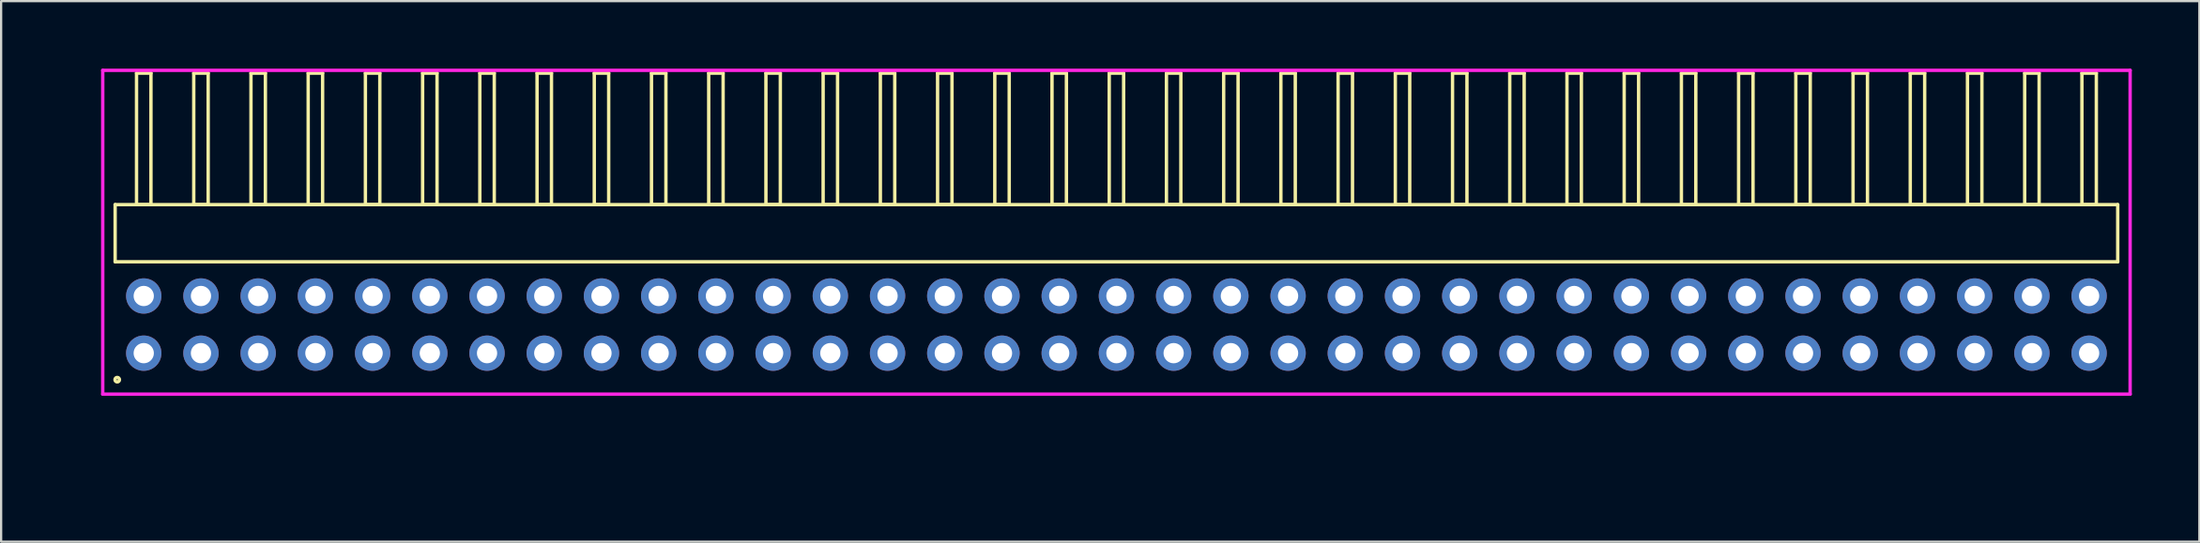
<source format=kicad_pcb>
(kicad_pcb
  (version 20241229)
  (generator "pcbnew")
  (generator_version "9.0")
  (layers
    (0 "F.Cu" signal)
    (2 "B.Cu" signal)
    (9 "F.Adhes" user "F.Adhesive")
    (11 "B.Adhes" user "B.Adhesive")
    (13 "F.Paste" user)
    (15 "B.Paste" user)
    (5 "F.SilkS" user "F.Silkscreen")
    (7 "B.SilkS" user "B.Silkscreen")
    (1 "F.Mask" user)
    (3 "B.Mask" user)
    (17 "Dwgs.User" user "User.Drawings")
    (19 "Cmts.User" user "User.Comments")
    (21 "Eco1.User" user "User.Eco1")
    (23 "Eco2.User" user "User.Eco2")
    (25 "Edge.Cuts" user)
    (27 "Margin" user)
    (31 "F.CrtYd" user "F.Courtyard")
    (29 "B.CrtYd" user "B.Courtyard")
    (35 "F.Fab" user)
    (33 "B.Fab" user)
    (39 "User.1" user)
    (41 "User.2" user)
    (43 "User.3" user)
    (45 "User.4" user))
  (footprint "HDR_RA254P35x2"
    (layer "F.Cu")
    (at 46.511 11.37)
    (property "Reference" "HDR_RA254P35x2" (at -45.75 0 90) (layer "User.1") (effects (font (size 1 1) (thickness 0.1))))
    (attr through_hole)
    (fp_line (start -44.45 -5.33) (end -44.45 -2.79) (stroke (width 0.15) (type solid)) (layer "F.SilkS"))
    (fp_line (start -44.45 -2.79) (end 44.45 -2.79) (stroke (width 0.15) (type solid)) (layer "F.SilkS"))
    (fp_line (start -43.5 -11.17) (end -43.5 -5.33) (stroke (width 0.15) (type solid)) (layer "F.SilkS"))
    (fp_line (start -43.5 -5.33) (end -42.86 -5.33) (stroke (width 0.15) (type solid)) (layer "F.SilkS"))
    (fp_line (start -42.86 -11.17) (end -43.5 -11.17) (stroke (width 0.15) (type solid)) (layer "F.SilkS"))
    (fp_line (start -42.86 -5.33) (end -42.86 -11.17) (stroke (width 0.15) (type solid)) (layer "F.SilkS"))
    (fp_line (start -40.96 -11.17) (end -40.96 -5.33) (stroke (width 0.15) (type solid)) (layer "F.SilkS"))
    (fp_line (start -40.96 -5.33) (end -40.32 -5.33) (stroke (width 0.15) (type solid)) (layer "F.SilkS"))
    (fp_line (start -40.32 -11.17) (end -40.96 -11.17) (stroke (width 0.15) (type solid)) (layer "F.SilkS"))
    (fp_line (start -40.32 -5.33) (end -40.32 -11.17) (stroke (width 0.15) (type solid)) (layer "F.SilkS"))
    (fp_line (start -38.42 -11.17) (end -38.42 -5.33) (stroke (width 0.15) (type solid)) (layer "F.SilkS"))
    (fp_line (start -38.42 -5.33) (end -37.78 -5.33) (stroke (width 0.15) (type solid)) (layer "F.SilkS"))
    (fp_line (start -37.78 -11.17) (end -38.42 -11.17) (stroke (width 0.15) (type solid)) (layer "F.SilkS"))
    (fp_line (start -37.78 -5.33) (end -37.78 -11.17) (stroke (width 0.15) (type solid)) (layer "F.SilkS"))
    (fp_line (start -35.88 -11.17) (end -35.88 -5.33) (stroke (width 0.15) (type solid)) (layer "F.SilkS"))
    (fp_line (start -35.88 -5.33) (end -35.24 -5.33) (stroke (width 0.15) (type solid)) (layer "F.SilkS"))
    (fp_line (start -35.24 -11.17) (end -35.88 -11.17) (stroke (width 0.15) (type solid)) (layer "F.SilkS"))
    (fp_line (start -35.24 -5.33) (end -35.24 -11.17) (stroke (width 0.15) (type solid)) (layer "F.SilkS"))
    (fp_line (start -33.34 -11.17) (end -33.34 -5.33) (stroke (width 0.15) (type solid)) (layer "F.SilkS"))
    (fp_line (start -33.34 -5.33) (end -32.7 -5.33) (stroke (width 0.15) (type solid)) (layer "F.SilkS"))
    (fp_line (start -32.7 -11.17) (end -33.34 -11.17) (stroke (width 0.15) (type solid)) (layer "F.SilkS"))
    (fp_line (start -32.7 -5.33) (end -32.7 -11.17) (stroke (width 0.15) (type solid)) (layer "F.SilkS"))
    (fp_line (start -30.8 -11.17) (end -30.8 -5.33) (stroke (width 0.15) (type solid)) (layer "F.SilkS"))
    (fp_line (start -30.8 -5.33) (end -30.16 -5.33) (stroke (width 0.15) (type solid)) (layer "F.SilkS"))
    (fp_line (start -30.16 -11.17) (end -30.8 -11.17) (stroke (width 0.15) (type solid)) (layer "F.SilkS"))
    (fp_line (start -30.16 -5.33) (end -30.16 -11.17) (stroke (width 0.15) (type solid)) (layer "F.SilkS"))
    (fp_line (start -28.26 -11.17) (end -28.26 -5.33) (stroke (width 0.15) (type solid)) (layer "F.SilkS"))
    (fp_line (start -28.26 -5.33) (end -27.62 -5.33) (stroke (width 0.15) (type solid)) (layer "F.SilkS"))
    (fp_line (start -27.62 -11.17) (end -28.26 -11.17) (stroke (width 0.15) (type solid)) (layer "F.SilkS"))
    (fp_line (start -27.62 -5.33) (end -27.62 -11.17) (stroke (width 0.15) (type solid)) (layer "F.SilkS"))
    (fp_line (start -25.72 -11.17) (end -25.72 -5.33) (stroke (width 0.15) (type solid)) (layer "F.SilkS"))
    (fp_line (start -25.72 -5.33) (end -25.08 -5.33) (stroke (width 0.15) (type solid)) (layer "F.SilkS"))
    (fp_line (start -25.08 -11.17) (end -25.72 -11.17) (stroke (width 0.15) (type solid)) (layer "F.SilkS"))
    (fp_line (start -25.08 -5.33) (end -25.08 -11.17) (stroke (width 0.15) (type solid)) (layer "F.SilkS"))
    (fp_line (start -23.18 -11.17) (end -23.18 -5.33) (stroke (width 0.15) (type solid)) (layer "F.SilkS"))
    (fp_line (start -23.18 -5.33) (end -22.54 -5.33) (stroke (width 0.15) (type solid)) (layer "F.SilkS"))
    (fp_line (start -22.54 -11.17) (end -23.18 -11.17) (stroke (width 0.15) (type solid)) (layer "F.SilkS"))
    (fp_line (start -22.54 -5.33) (end -22.54 -11.17) (stroke (width 0.15) (type solid)) (layer "F.SilkS"))
    (fp_line (start -20.64 -11.17) (end -20.64 -5.33) (stroke (width 0.15) (type solid)) (layer "F.SilkS"))
    (fp_line (start -20.64 -5.33) (end -20 -5.33) (stroke (width 0.15) (type solid)) (layer "F.SilkS"))
    (fp_line (start -20 -11.17) (end -20.64 -11.17) (stroke (width 0.15) (type solid)) (layer "F.SilkS"))
    (fp_line (start -20 -5.33) (end -20 -11.17) (stroke (width 0.15) (type solid)) (layer "F.SilkS"))
    (fp_line (start -18.1 -11.17) (end -18.1 -5.33) (stroke (width 0.15) (type solid)) (layer "F.SilkS"))
    (fp_line (start -18.1 -5.33) (end -17.46 -5.33) (stroke (width 0.15) (type solid)) (layer "F.SilkS"))
    (fp_line (start -17.46 -11.17) (end -18.1 -11.17) (stroke (width 0.15) (type solid)) (layer "F.SilkS"))
    (fp_line (start -17.46 -5.33) (end -17.46 -11.17) (stroke (width 0.15) (type solid)) (layer "F.SilkS"))
    (fp_line (start -15.56 -11.17) (end -15.56 -5.33) (stroke (width 0.15) (type solid)) (layer "F.SilkS"))
    (fp_line (start -15.56 -5.33) (end -14.92 -5.33) (stroke (width 0.15) (type solid)) (layer "F.SilkS"))
    (fp_line (start -14.92 -11.17) (end -15.56 -11.17) (stroke (width 0.15) (type solid)) (layer "F.SilkS"))
    (fp_line (start -14.92 -5.33) (end -14.92 -11.17) (stroke (width 0.15) (type solid)) (layer "F.SilkS"))
    (fp_line (start -13.02 -11.17) (end -13.02 -5.33) (stroke (width 0.15) (type solid)) (layer "F.SilkS"))
    (fp_line (start -13.02 -5.33) (end -12.38 -5.33) (stroke (width 0.15) (type solid)) (layer "F.SilkS"))
    (fp_line (start -12.38 -11.17) (end -13.02 -11.17) (stroke (width 0.15) (type solid)) (layer "F.SilkS"))
    (fp_line (start -12.38 -5.33) (end -12.38 -11.17) (stroke (width 0.15) (type solid)) (layer "F.SilkS"))
    (fp_line (start -10.48 -11.17) (end -10.48 -5.33) (stroke (width 0.15) (type solid)) (layer "F.SilkS"))
    (fp_line (start -10.48 -5.33) (end -9.84 -5.33) (stroke (width 0.15) (type solid)) (layer "F.SilkS"))
    (fp_line (start -9.84 -11.17) (end -10.48 -11.17) (stroke (width 0.15) (type solid)) (layer "F.SilkS"))
    (fp_line (start -9.84 -5.33) (end -9.84 -11.17) (stroke (width 0.15) (type solid)) (layer "F.SilkS"))
    (fp_line (start -7.94 -11.17) (end -7.94 -5.33) (stroke (width 0.15) (type solid)) (layer "F.SilkS"))
    (fp_line (start -7.94 -5.33) (end -7.3 -5.33) (stroke (width 0.15) (type solid)) (layer "F.SilkS"))
    (fp_line (start -7.3 -11.17) (end -7.94 -11.17) (stroke (width 0.15) (type solid)) (layer "F.SilkS"))
    (fp_line (start -7.3 -5.33) (end -7.3 -11.17) (stroke (width 0.15) (type solid)) (layer "F.SilkS"))
    (fp_line (start -5.4 -11.17) (end -5.4 -5.33) (stroke (width 0.15) (type solid)) (layer "F.SilkS"))
    (fp_line (start -5.4 -5.33) (end -4.76 -5.33) (stroke (width 0.15) (type solid)) (layer "F.SilkS"))
    (fp_line (start -4.76 -11.17) (end -5.4 -11.17) (stroke (width 0.15) (type solid)) (layer "F.SilkS"))
    (fp_line (start -4.76 -5.33) (end -4.76 -11.17) (stroke (width 0.15) (type solid)) (layer "F.SilkS"))
    (fp_line (start -2.86 -11.17) (end -2.86 -5.33) (stroke (width 0.15) (type solid)) (layer "F.SilkS"))
    (fp_line (start -2.86 -5.33) (end -2.22 -5.33) (stroke (width 0.15) (type solid)) (layer "F.SilkS"))
    (fp_line (start -2.22 -11.17) (end -2.86 -11.17) (stroke (width 0.15) (type solid)) (layer "F.SilkS"))
    (fp_line (start -2.22 -5.33) (end -2.22 -11.17) (stroke (width 0.15) (type solid)) (layer "F.SilkS"))
    (fp_line (start -0.32 -11.17) (end -0.32 -5.33) (stroke (width 0.15) (type solid)) (layer "F.SilkS"))
    (fp_line (start -0.32 -5.33) (end 0.32 -5.33) (stroke (width 0.15) (type solid)) (layer "F.SilkS"))
    (fp_line (start 0.32 -11.17) (end -0.32 -11.17) (stroke (width 0.15) (type solid)) (layer "F.SilkS"))
    (fp_line (start 0.32 -5.33) (end 0.32 -11.17) (stroke (width 0.15) (type solid)) (layer "F.SilkS"))
    (fp_line (start 2.22 -11.17) (end 2.22 -5.33) (stroke (width 0.15) (type solid)) (layer "F.SilkS"))
    (fp_line (start 2.22 -5.33) (end 2.86 -5.33) (stroke (width 0.15) (type solid)) (layer "F.SilkS"))
    (fp_line (start 2.86 -11.17) (end 2.22 -11.17) (stroke (width 0.15) (type solid)) (layer "F.SilkS"))
    (fp_line (start 2.86 -5.33) (end 2.86 -11.17) (stroke (width 0.15) (type solid)) (layer "F.SilkS"))
    (fp_line (start 4.76 -11.17) (end 4.76 -5.33) (stroke (width 0.15) (type solid)) (layer "F.SilkS"))
    (fp_line (start 4.76 -5.33) (end 5.4 -5.33) (stroke (width 0.15) (type solid)) (layer "F.SilkS"))
    (fp_line (start 5.4 -11.17) (end 4.76 -11.17) (stroke (width 0.15) (type solid)) (layer "F.SilkS"))
    (fp_line (start 5.4 -5.33) (end 5.4 -11.17) (stroke (width 0.15) (type solid)) (layer "F.SilkS"))
    (fp_line (start 7.3 -11.17) (end 7.3 -5.33) (stroke (width 0.15) (type solid)) (layer "F.SilkS"))
    (fp_line (start 7.3 -5.33) (end 7.94 -5.33) (stroke (width 0.15) (type solid)) (layer "F.SilkS"))
    (fp_line (start 7.94 -11.17) (end 7.3 -11.17) (stroke (width 0.15) (type solid)) (layer "F.SilkS"))
    (fp_line (start 7.94 -5.33) (end 7.94 -11.17) (stroke (width 0.15) (type solid)) (layer "F.SilkS"))
    (fp_line (start 9.84 -11.17) (end 9.84 -5.33) (stroke (width 0.15) (type solid)) (layer "F.SilkS"))
    (fp_line (start 9.84 -5.33) (end 10.48 -5.33) (stroke (width 0.15) (type solid)) (layer "F.SilkS"))
    (fp_line (start 10.48 -11.17) (end 9.84 -11.17) (stroke (width 0.15) (type solid)) (layer "F.SilkS"))
    (fp_line (start 10.48 -5.33) (end 10.48 -11.17) (stroke (width 0.15) (type solid)) (layer "F.SilkS"))
    (fp_line (start 12.38 -11.17) (end 12.38 -5.33) (stroke (width 0.15) (type solid)) (layer "F.SilkS"))
    (fp_line (start 12.38 -5.33) (end 13.02 -5.33) (stroke (width 0.15) (type solid)) (layer "F.SilkS"))
    (fp_line (start 13.02 -11.17) (end 12.38 -11.17) (stroke (width 0.15) (type solid)) (layer "F.SilkS"))
    (fp_line (start 13.02 -5.33) (end 13.02 -11.17) (stroke (width 0.15) (type solid)) (layer "F.SilkS"))
    (fp_line (start 14.92 -11.17) (end 14.92 -5.33) (stroke (width 0.15) (type solid)) (layer "F.SilkS"))
    (fp_line (start 14.92 -5.33) (end 15.56 -5.33) (stroke (width 0.15) (type solid)) (layer "F.SilkS"))
    (fp_line (start 15.56 -11.17) (end 14.92 -11.17) (stroke (width 0.15) (type solid)) (layer "F.SilkS"))
    (fp_line (start 15.56 -5.33) (end 15.56 -11.17) (stroke (width 0.15) (type solid)) (layer "F.SilkS"))
    (fp_line (start 17.46 -11.17) (end 17.46 -5.33) (stroke (width 0.15) (type solid)) (layer "F.SilkS"))
    (fp_line (start 17.46 -5.33) (end 18.1 -5.33) (stroke (width 0.15) (type solid)) (layer "F.SilkS"))
    (fp_line (start 18.1 -11.17) (end 17.46 -11.17) (stroke (width 0.15) (type solid)) (layer "F.SilkS"))
    (fp_line (start 18.1 -5.33) (end 18.1 -11.17) (stroke (width 0.15) (type solid)) (layer "F.SilkS"))
    (fp_line (start 20 -11.17) (end 20 -5.33) (stroke (width 0.15) (type solid)) (layer "F.SilkS"))
    (fp_line (start 20 -5.33) (end 20.64 -5.33) (stroke (width 0.15) (type solid)) (layer "F.SilkS"))
    (fp_line (start 20.64 -11.17) (end 20 -11.17) (stroke (width 0.15) (type solid)) (layer "F.SilkS"))
    (fp_line (start 20.64 -5.33) (end 20.64 -11.17) (stroke (width 0.15) (type solid)) (layer "F.SilkS"))
    (fp_line (start 22.54 -11.17) (end 22.54 -5.33) (stroke (width 0.15) (type solid)) (layer "F.SilkS"))
    (fp_line (start 22.54 -5.33) (end 23.18 -5.33) (stroke (width 0.15) (type solid)) (layer "F.SilkS"))
    (fp_line (start 23.18 -11.17) (end 22.54 -11.17) (stroke (width 0.15) (type solid)) (layer "F.SilkS"))
    (fp_line (start 23.18 -5.33) (end 23.18 -11.17) (stroke (width 0.15) (type solid)) (layer "F.SilkS"))
    (fp_line (start 25.08 -11.17) (end 25.08 -5.33) (stroke (width 0.15) (type solid)) (layer "F.SilkS"))
    (fp_line (start 25.08 -5.33) (end 25.72 -5.33) (stroke (width 0.15) (type solid)) (layer "F.SilkS"))
    (fp_line (start 25.72 -11.17) (end 25.08 -11.17) (stroke (width 0.15) (type solid)) (layer "F.SilkS"))
    (fp_line (start 25.72 -5.33) (end 25.72 -11.17) (stroke (width 0.15) (type solid)) (layer "F.SilkS"))
    (fp_line (start 27.62 -11.17) (end 27.62 -5.33) (stroke (width 0.15) (type solid)) (layer "F.SilkS"))
    (fp_line (start 27.62 -5.33) (end 28.26 -5.33) (stroke (width 0.15) (type solid)) (layer "F.SilkS"))
    (fp_line (start 28.26 -11.17) (end 27.62 -11.17) (stroke (width 0.15) (type solid)) (layer "F.SilkS"))
    (fp_line (start 28.26 -5.33) (end 28.26 -11.17) (stroke (width 0.15) (type solid)) (layer "F.SilkS"))
    (fp_line (start 30.16 -11.17) (end 30.16 -5.33) (stroke (width 0.15) (type solid)) (layer "F.SilkS"))
    (fp_line (start 30.16 -5.33) (end 30.8 -5.33) (stroke (width 0.15) (type solid)) (layer "F.SilkS"))
    (fp_line (start 30.8 -11.17) (end 30.16 -11.17) (stroke (width 0.15) (type solid)) (layer "F.SilkS"))
    (fp_line (start 30.8 -5.33) (end 30.8 -11.17) (stroke (width 0.15) (type solid)) (layer "F.SilkS"))
    (fp_line (start 32.7 -11.17) (end 32.7 -5.33) (stroke (width 0.15) (type solid)) (layer "F.SilkS"))
    (fp_line (start 32.7 -5.33) (end 33.34 -5.33) (stroke (width 0.15) (type solid)) (layer "F.SilkS"))
    (fp_line (start 33.34 -11.17) (end 32.7 -11.17) (stroke (width 0.15) (type solid)) (layer "F.SilkS"))
    (fp_line (start 33.34 -5.33) (end 33.34 -11.17) (stroke (width 0.15) (type solid)) (layer "F.SilkS"))
    (fp_line (start 35.24 -11.17) (end 35.24 -5.33) (stroke (width 0.15) (type solid)) (layer "F.SilkS"))
    (fp_line (start 35.24 -5.33) (end 35.88 -5.33) (stroke (width 0.15) (type solid)) (layer "F.SilkS"))
    (fp_line (start 35.88 -11.17) (end 35.24 -11.17) (stroke (width 0.15) (type solid)) (layer "F.SilkS"))
    (fp_line (start 35.88 -5.33) (end 35.88 -11.17) (stroke (width 0.15) (type solid)) (layer "F.SilkS"))
    (fp_line (start 37.78 -11.17) (end 37.78 -5.33) (stroke (width 0.15) (type solid)) (layer "F.SilkS"))
    (fp_line (start 37.78 -5.33) (end 38.42 -5.33) (stroke (width 0.15) (type solid)) (layer "F.SilkS"))
    (fp_line (start 38.42 -11.17) (end 37.78 -11.17) (stroke (width 0.15) (type solid)) (layer "F.SilkS"))
    (fp_line (start 38.42 -5.33) (end 38.42 -11.17) (stroke (width 0.15) (type solid)) (layer "F.SilkS"))
    (fp_line (start 40.32 -11.17) (end 40.32 -5.33) (stroke (width 0.15) (type solid)) (layer "F.SilkS"))
    (fp_line (start 40.32 -5.33) (end 40.96 -5.33) (stroke (width 0.15) (type solid)) (layer "F.SilkS"))
    (fp_line (start 40.96 -11.17) (end 40.32 -11.17) (stroke (width 0.15) (type solid)) (layer "F.SilkS"))
    (fp_line (start 40.96 -5.33) (end 40.96 -11.17) (stroke (width 0.15) (type solid)) (layer "F.SilkS"))
    (fp_line (start 42.86 -11.17) (end 42.86 -5.33) (stroke (width 0.15) (type solid)) (layer "F.SilkS"))
    (fp_line (start 42.86 -5.33) (end 43.5 -5.33) (stroke (width 0.15) (type solid)) (layer "F.SilkS"))
    (fp_line (start 43.5 -11.17) (end 42.86 -11.17) (stroke (width 0.15) (type solid)) (layer "F.SilkS"))
    (fp_line (start 43.5 -5.33) (end 43.5 -11.17) (stroke (width 0.15) (type solid)) (layer "F.SilkS"))
    (fp_line (start 44.45 -5.33) (end -44.45 -5.33) (stroke (width 0.15) (type solid)) (layer "F.SilkS"))
    (fp_line (start 44.45 -2.79) (end 44.45 -5.33) (stroke (width 0.15) (type solid)) (layer "F.SilkS"))
    (fp_circle (center -44.357 2.448) (end -44.257 2.448) (stroke (width 0.15) (type solid)) (fill no) (layer "F.SilkS"))
    (fp_line (start -45 -11.295) (end -45 3.09) (stroke (width 0.15) (type solid)) (layer "F.CrtYd"))
    (fp_line (start -45 3.09) (end 45 3.09) (stroke (width 0.15) (type solid)) (layer "F.CrtYd"))
    (fp_line (start 45 -11.295) (end -45 -11.295) (stroke (width 0.15) (type solid)) (layer "F.CrtYd"))
    (fp_line (start 45 3.09) (end 45 -11.295) (stroke (width 0.15) (type solid)) (layer "F.CrtYd"))
    (pad "1" thru_hole oval (at -43.18 1.27) (size 1.57 1.57) (drill 0.9) (layers "*.Cu" "*.Mask"))
    (pad "2" thru_hole oval (at -43.18 -1.27) (size 1.57 1.57) (drill 0.9) (layers "*.Cu" "*.Mask"))
    (pad "3" thru_hole oval (at -40.64 1.27) (size 1.57 1.57) (drill 0.9) (layers "*.Cu" "*.Mask"))
    (pad "4" thru_hole oval (at -40.64 -1.27) (size 1.57 1.57) (drill 0.9) (layers "*.Cu" "*.Mask"))
    (pad "5" thru_hole oval (at -38.1 1.27) (size 1.57 1.57) (drill 0.9) (layers "*.Cu" "*.Mask"))
    (pad "6" thru_hole oval (at -38.1 -1.27) (size 1.57 1.57) (drill 0.9) (layers "*.Cu" "*.Mask"))
    (pad "7" thru_hole oval (at -35.56 1.27) (size 1.57 1.57) (drill 0.9) (layers "*.Cu" "*.Mask"))
    (pad "8" thru_hole oval (at -35.56 -1.27) (size 1.57 1.57) (drill 0.9) (layers "*.Cu" "*.Mask"))
    (pad "9" thru_hole oval (at -33.02 1.27) (size 1.57 1.57) (drill 0.9) (layers "*.Cu" "*.Mask"))
    (pad "10" thru_hole oval (at -33.02 -1.27) (size 1.57 1.57) (drill 0.9) (layers "*.Cu" "*.Mask"))
    (pad "11" thru_hole oval (at -30.48 1.27) (size 1.57 1.57) (drill 0.9) (layers "*.Cu" "*.Mask"))
    (pad "12" thru_hole oval (at -30.48 -1.27) (size 1.57 1.57) (drill 0.9) (layers "*.Cu" "*.Mask"))
    (pad "13" thru_hole oval (at -27.94 1.27) (size 1.57 1.57) (drill 0.9) (layers "*.Cu" "*.Mask"))
    (pad "14" thru_hole oval (at -27.94 -1.27) (size 1.57 1.57) (drill 0.9) (layers "*.Cu" "*.Mask"))
    (pad "15" thru_hole oval (at -25.4 1.27) (size 1.57 1.57) (drill 0.9) (layers "*.Cu" "*.Mask"))
    (pad "16" thru_hole oval (at -25.4 -1.27) (size 1.57 1.57) (drill 0.9) (layers "*.Cu" "*.Mask"))
    (pad "17" thru_hole oval (at -22.86 1.27) (size 1.57 1.57) (drill 0.9) (layers "*.Cu" "*.Mask"))
    (pad "18" thru_hole oval (at -22.86 -1.27) (size 1.57 1.57) (drill 0.9) (layers "*.Cu" "*.Mask"))
    (pad "19" thru_hole oval (at -20.32 1.27) (size 1.57 1.57) (drill 0.9) (layers "*.Cu" "*.Mask"))
    (pad "20" thru_hole oval (at -20.32 -1.27) (size 1.57 1.57) (drill 0.9) (layers "*.Cu" "*.Mask"))
    (pad "21" thru_hole oval (at -17.78 1.27) (size 1.57 1.57) (drill 0.9) (layers "*.Cu" "*.Mask"))
    (pad "22" thru_hole oval (at -17.78 -1.27) (size 1.57 1.57) (drill 0.9) (layers "*.Cu" "*.Mask"))
    (pad "23" thru_hole oval (at -15.24 1.27) (size 1.57 1.57) (drill 0.9) (layers "*.Cu" "*.Mask"))
    (pad "24" thru_hole oval (at -15.24 -1.27) (size 1.57 1.57) (drill 0.9) (layers "*.Cu" "*.Mask"))
    (pad "25" thru_hole oval (at -12.7 1.27) (size 1.57 1.57) (drill 0.9) (layers "*.Cu" "*.Mask"))
    (pad "26" thru_hole oval (at -12.7 -1.27) (size 1.57 1.57) (drill 0.9) (layers "*.Cu" "*.Mask"))
    (pad "27" thru_hole oval (at -10.16 1.27) (size 1.57 1.57) (drill 0.9) (layers "*.Cu" "*.Mask"))
    (pad "28" thru_hole oval (at -10.16 -1.27) (size 1.57 1.57) (drill 0.9) (layers "*.Cu" "*.Mask"))
    (pad "29" thru_hole oval (at -7.62 1.27) (size 1.57 1.57) (drill 0.9) (layers "*.Cu" "*.Mask"))
    (pad "30" thru_hole oval (at -7.62 -1.27) (size 1.57 1.57) (drill 0.9) (layers "*.Cu" "*.Mask"))
    (pad "31" thru_hole oval (at -5.08 1.27) (size 1.57 1.57) (drill 0.9) (layers "*.Cu" "*.Mask"))
    (pad "32" thru_hole oval (at -5.08 -1.27) (size 1.57 1.57) (drill 0.9) (layers "*.Cu" "*.Mask"))
    (pad "33" thru_hole oval (at -2.54 1.27) (size 1.57 1.57) (drill 0.9) (layers "*.Cu" "*.Mask"))
    (pad "34" thru_hole oval (at -2.54 -1.27) (size 1.57 1.57) (drill 0.9) (layers "*.Cu" "*.Mask"))
    (pad "35" thru_hole oval (at 0 1.27) (size 1.57 1.57) (drill 0.9) (layers "*.Cu" "*.Mask"))
    (pad "36" thru_hole oval (at 0 -1.27) (size 1.57 1.57) (drill 0.9) (layers "*.Cu" "*.Mask"))
    (pad "37" thru_hole oval (at 2.54 1.27) (size 1.57 1.57) (drill 0.9) (layers "*.Cu" "*.Mask"))
    (pad "38" thru_hole oval (at 2.54 -1.27) (size 1.57 1.57) (drill 0.9) (layers "*.Cu" "*.Mask"))
    (pad "39" thru_hole oval (at 5.08 1.27) (size 1.57 1.57) (drill 0.9) (layers "*.Cu" "*.Mask"))
    (pad "40" thru_hole oval (at 5.08 -1.27) (size 1.57 1.57) (drill 0.9) (layers "*.Cu" "*.Mask"))
    (pad "41" thru_hole oval (at 7.62 1.27) (size 1.57 1.57) (drill 0.9) (layers "*.Cu" "*.Mask"))
    (pad "42" thru_hole oval (at 7.62 -1.27) (size 1.57 1.57) (drill 0.9) (layers "*.Cu" "*.Mask"))
    (pad "43" thru_hole oval (at 10.16 1.27) (size 1.57 1.57) (drill 0.9) (layers "*.Cu" "*.Mask"))
    (pad "44" thru_hole oval (at 10.16 -1.27) (size 1.57 1.57) (drill 0.9) (layers "*.Cu" "*.Mask"))
    (pad "45" thru_hole oval (at 12.7 1.27) (size 1.57 1.57) (drill 0.9) (layers "*.Cu" "*.Mask"))
    (pad "46" thru_hole oval (at 12.7 -1.27) (size 1.57 1.57) (drill 0.9) (layers "*.Cu" "*.Mask"))
    (pad "47" thru_hole oval (at 15.24 1.27) (size 1.57 1.57) (drill 0.9) (layers "*.Cu" "*.Mask"))
    (pad "48" thru_hole oval (at 15.24 -1.27) (size 1.57 1.57) (drill 0.9) (layers "*.Cu" "*.Mask"))
    (pad "49" thru_hole oval (at 17.78 1.27) (size 1.57 1.57) (drill 0.9) (layers "*.Cu" "*.Mask"))
    (pad "50" thru_hole oval (at 17.78 -1.27) (size 1.57 1.57) (drill 0.9) (layers "*.Cu" "*.Mask"))
    (pad "51" thru_hole oval (at 20.32 1.27) (size 1.57 1.57) (drill 0.9) (layers "*.Cu" "*.Mask"))
    (pad "52" thru_hole oval (at 20.32 -1.27) (size 1.57 1.57) (drill 0.9) (layers "*.Cu" "*.Mask"))
    (pad "53" thru_hole oval (at 22.86 1.27) (size 1.57 1.57) (drill 0.9) (layers "*.Cu" "*.Mask"))
    (pad "54" thru_hole oval (at 22.86 -1.27) (size 1.57 1.57) (drill 0.9) (layers "*.Cu" "*.Mask"))
    (pad "55" thru_hole oval (at 25.4 1.27) (size 1.57 1.57) (drill 0.9) (layers "*.Cu" "*.Mask"))
    (pad "56" thru_hole oval (at 25.4 -1.27) (size 1.57 1.57) (drill 0.9) (layers "*.Cu" "*.Mask"))
    (pad "57" thru_hole oval (at 27.94 1.27) (size 1.57 1.57) (drill 0.9) (layers "*.Cu" "*.Mask"))
    (pad "58" thru_hole oval (at 27.94 -1.27) (size 1.57 1.57) (drill 0.9) (layers "*.Cu" "*.Mask"))
    (pad "59" thru_hole oval (at 30.48 1.27) (size 1.57 1.57) (drill 0.9) (layers "*.Cu" "*.Mask"))
    (pad "60" thru_hole oval (at 30.48 -1.27) (size 1.57 1.57) (drill 0.9) (layers "*.Cu" "*.Mask"))
    (pad "61" thru_hole oval (at 33.02 1.27) (size 1.57 1.57) (drill 0.9) (layers "*.Cu" "*.Mask"))
    (pad "62" thru_hole oval (at 33.02 -1.27) (size 1.57 1.57) (drill 0.9) (layers "*.Cu" "*.Mask"))
    (pad "63" thru_hole oval (at 35.56 1.27) (size 1.57 1.57) (drill 0.9) (layers "*.Cu" "*.Mask"))
    (pad "64" thru_hole oval (at 35.56 -1.27) (size 1.57 1.57) (drill 0.9) (layers "*.Cu" "*.Mask"))
    (pad "65" thru_hole oval (at 38.1 1.27) (size 1.57 1.57) (drill 0.9) (layers "*.Cu" "*.Mask"))
    (pad "66" thru_hole oval (at 38.1 -1.27) (size 1.57 1.57) (drill 0.9) (layers "*.Cu" "*.Mask"))
    (pad "67" thru_hole oval (at 40.64 1.27) (size 1.57 1.57) (drill 0.9) (layers "*.Cu" "*.Mask"))
    (pad "68" thru_hole oval (at 40.64 -1.27) (size 1.57 1.57) (drill 0.9) (layers "*.Cu" "*.Mask"))
    (pad "69" thru_hole oval (at 43.18 1.27) (size 1.57 1.57) (drill 0.9) (layers "*.Cu" "*.Mask"))
    (pad "70" thru_hole oval (at 43.18 -1.27) (size 1.57 1.57) (drill 0.9) (layers "*.Cu" "*.Mask")))
  (gr_rect
    (start -3 -3)
    (end 94.585 21.015)
    (stroke (width 0.1) (type default))
    (fill no)
    (layer "Edge.Cuts")))
</source>
